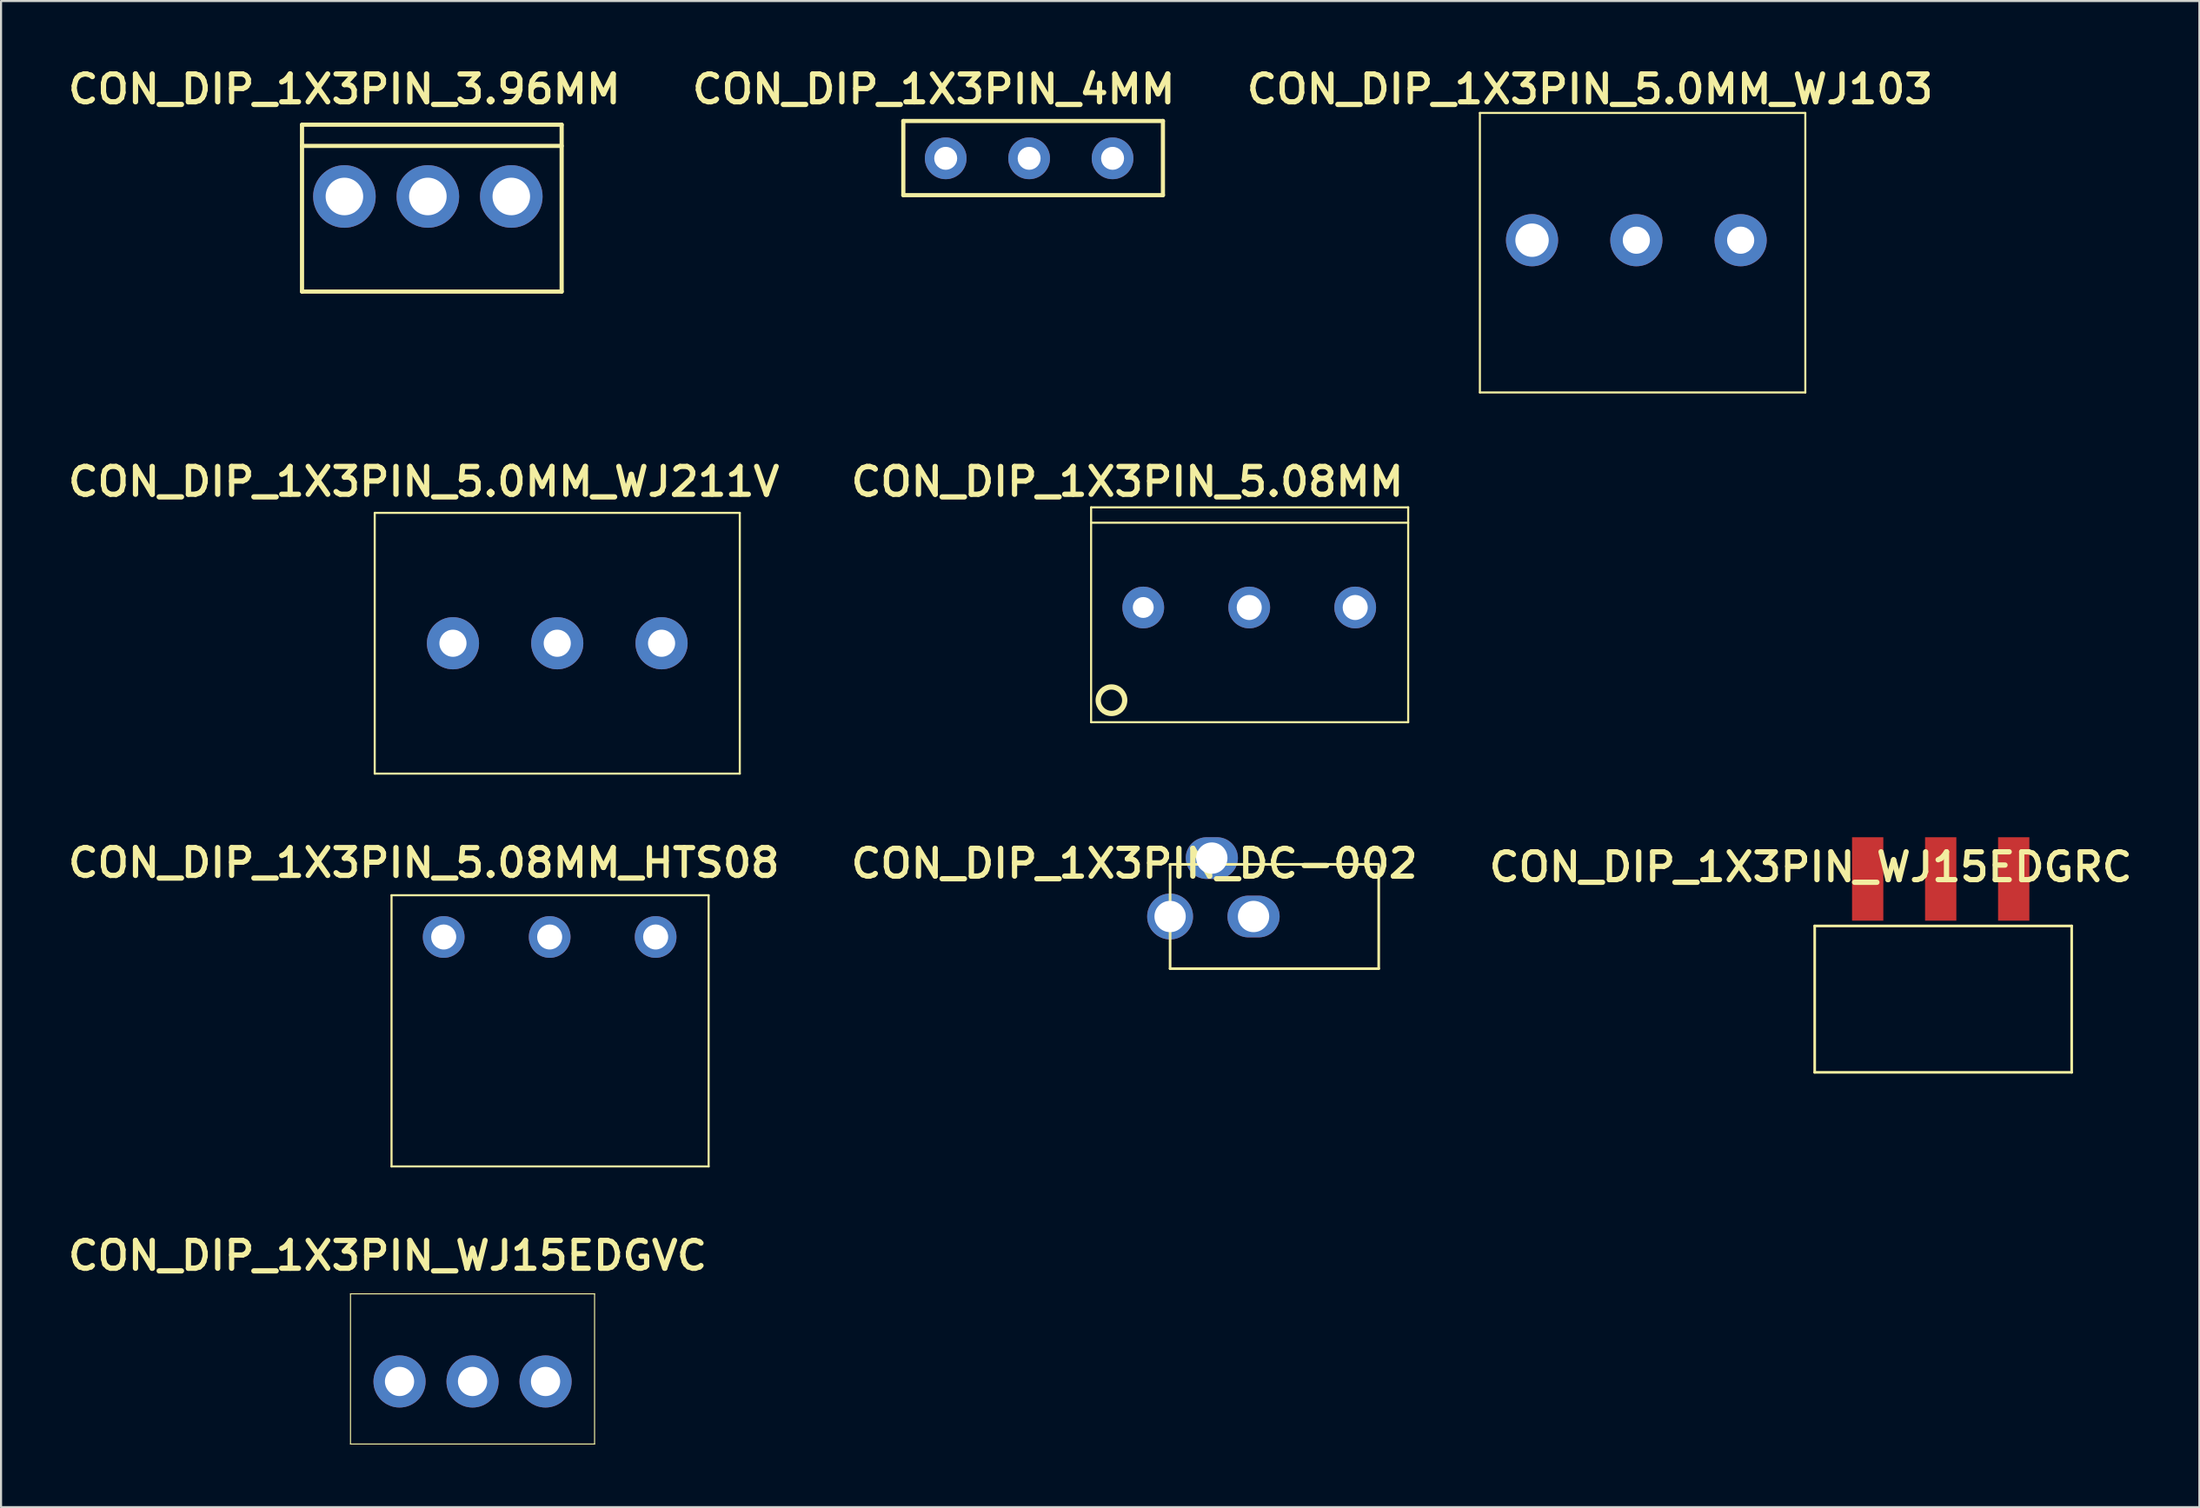
<source format=kicad_pcb>
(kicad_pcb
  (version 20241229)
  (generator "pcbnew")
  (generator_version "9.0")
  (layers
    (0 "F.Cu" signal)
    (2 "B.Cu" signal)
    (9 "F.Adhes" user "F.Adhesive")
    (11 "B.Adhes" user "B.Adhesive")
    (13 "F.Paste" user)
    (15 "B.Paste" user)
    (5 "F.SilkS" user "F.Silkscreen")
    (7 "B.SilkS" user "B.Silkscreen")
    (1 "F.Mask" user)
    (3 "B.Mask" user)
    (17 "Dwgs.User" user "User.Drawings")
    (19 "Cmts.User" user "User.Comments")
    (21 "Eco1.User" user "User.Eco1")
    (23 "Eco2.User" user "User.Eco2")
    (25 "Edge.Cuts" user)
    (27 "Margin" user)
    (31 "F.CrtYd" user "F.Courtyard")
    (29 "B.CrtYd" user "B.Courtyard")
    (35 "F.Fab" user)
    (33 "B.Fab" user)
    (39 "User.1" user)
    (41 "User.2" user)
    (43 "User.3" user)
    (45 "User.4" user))
  (footprint "CON_DIP_1X3PIN_5.0MM_WJ103"
    (layer "F.Cu")
    (at 75.391 8.465)
    (property "Reference" "CON_DIP_1X3PIN_5.0MM_WJ103" (at -2.223 -7.239 0) (unlocked yes) (layer "F.SilkS") (effects (font (size 1.333 1.402) (thickness 0.254))))
    (attr smd)
    (fp_line (start -7.5 -6.1) (end 8.1 -6.1) (stroke (width 0.1) (type solid)) (layer "F.SilkS"))
    (fp_line (start -7.5 7.3) (end -7.5 -6.1) (stroke (width 0.1) (type solid)) (layer "F.SilkS"))
    (fp_line (start -7.5 7.3) (end 8.1 7.3) (stroke (width 0.1) (type solid)) (layer "F.SilkS"))
    (fp_line (start 8.1 7.3) (end 8.1 -6.1) (stroke (width 0.1) (type solid)) (layer "F.SilkS"))
    (pad "1" thru_hole circle (at -5 0) (size 2.5 2.5) (drill 1.6) (layers "*.Cu" "*.Mask"))
    (pad "2" thru_hole circle (at 0 0) (size 2.5 2.5) (drill 1.3) (layers "*.Cu" "*.Mask"))
    (pad "3" thru_hole circle (at 5 0) (size 2.5 2.5) (drill 1.3) (layers "*.Cu" "*.Mask")))
  (footprint "CON_DIP_1X3PIN_DC-002"
    (layer "F.Cu")
    (at 57.041 40.887)
    (property "Reference" "CON_DIP_1X3PIN_DC-002" (at -5.715 -2.54 0) (unlocked yes) (layer "F.SilkS") (effects (font (size 1.333 1.402) (thickness 0.254))))
    (attr smd)
    (fp_line (start -4 -2.5) (end 5.96 -2.5) (stroke (width 0.127) (type solid)) (layer "F.SilkS"))
    (fp_line (start -4 0) (end -4 -2.5) (stroke (width 0.127) (type solid)) (layer "F.SilkS"))
    (fp_line (start -4 2.5) (end -4 0) (stroke (width 0.127) (type solid)) (layer "F.SilkS"))
    (fp_line (start -4 2.5) (end 6 2.5) (stroke (width 0.127) (type solid)) (layer "F.SilkS"))
    (fp_line (start 6 2.5) (end 6 -2.5) (stroke (width 0.127) (type solid)) (layer "F.SilkS"))
    (pad "1" thru_hole oval (at 0 0 90) (size 2 2.5) (drill 1.5) (layers "*.Cu" "*.Mask"))
    (pad "2" thru_hole circle (at -4 0) (size 2.2 2.2) (drill 1.5) (layers "*.Cu" "*.Mask"))
    (pad "3" thru_hole oval (at -2 -2.8 90) (size 2 2.5) (drill 1.5) (layers "*.Cu" "*.Mask")))
  (footprint "CON_DIP_1X3PIN_5.0MM_WJ211V"
    (layer "F.Cu")
    (at 18.663 27.787)
    (property "Reference" "CON_DIP_1X3PIN_5.0MM_WJ211V" (at -1.397 -7.747 0) (unlocked yes) (layer "F.SilkS") (effects (font (size 1.333 1.402) (thickness 0.254))))
    (attr smd)
    (fp_line (start -3.75 -6.25) (end 13.75 -6.25) (stroke (width 0.1) (type solid)) (layer "F.SilkS"))
    (fp_line (start -3.75 6.25) (end -3.75 -6.25) (stroke (width 0.1) (type solid)) (layer "F.SilkS"))
    (fp_line (start -3.75 6.25) (end 13.75 6.25) (stroke (width 0.1) (type solid)) (layer "F.SilkS"))
    (fp_line (start 13.75 6.25) (end 13.75 -6.25) (stroke (width 0.1) (type solid)) (layer "F.SilkS"))
    (pad "1" thru_hole circle (at 0 0) (size 2.5 2.5) (drill 1.3) (layers "*.Cu" "*.Mask"))
    (pad "2" thru_hole circle (at 5 0) (size 2.5 2.5) (drill 1.3) (layers "*.Cu" "*.Mask"))
    (pad "3" thru_hole circle (at 10 0) (size 2.5 2.5) (drill 1.3) (layers "*.Cu" "*.Mask")))
  (footprint "CON_DIP_1X3PIN_5.08MM_HTS08"
    (layer "F.Cu")
    (at 18.219 41.869)
    (property "Reference" "CON_DIP_1X3PIN_5.08MM_HTS08" (at -0.953 -3.556 0) (unlocked yes) (layer "F.SilkS") (effects (font (size 1.333 1.402) (thickness 0.254))))
    (attr smd)
    (fp_line (start -2.5 -2) (end 12.7 -2) (stroke (width 0.1) (type solid)) (layer "F.SilkS"))
    (fp_line (start -2.5 11) (end -2.5 -2) (stroke (width 0.1) (type solid)) (layer "F.SilkS"))
    (fp_line (start -2.5 11) (end 12.7 11) (stroke (width 0.1) (type solid)) (layer "F.SilkS"))
    (fp_line (start 12.7 11) (end 12.7 -2) (stroke (width 0.1) (type solid)) (layer "F.SilkS"))
    (pad "1" thru_hole circle (at 0 0) (size 2 2) (drill 1.2) (layers "*.Cu" "*.Mask"))
    (pad "2" thru_hole circle (at 5.08 0) (size 2 2) (drill 1.2) (layers "*.Cu" "*.Mask"))
    (pad "3" thru_hole circle (at 10.16 0) (size 2 2) (drill 1.2) (layers "*.Cu" "*.Mask")))
  (footprint "CON_DIP_1X3PIN_5.08MM"
    (layer "F.Cu")
    (at 51.754 26.073)
    (property "Reference" "CON_DIP_1X3PIN_5.08MM" (at -0.762 -6.032 0) (unlocked yes) (layer "F.SilkS") (effects (font (size 1.333 1.402) (thickness 0.254))))
    (attr smd)
    (fp_line (start -2.5 -4.8) (end 12.7 -4.8) (stroke (width 0.1) (type solid)) (layer "F.SilkS"))
    (fp_line (start -2.5 -4.064) (end 12.7 -4.064) (stroke (width 0.1) (type solid)) (layer "F.SilkS"))
    (fp_line (start -2.5 5.5) (end -2.5 -4.8) (stroke (width 0.1) (type solid)) (layer "F.SilkS"))
    (fp_line (start -2.5 5.5) (end 12.7 5.5) (stroke (width 0.1) (type solid)) (layer "F.SilkS"))
    (fp_line (start 12.7 5.5) (end 12.7 -4.8) (stroke (width 0.1) (type solid)) (layer "F.SilkS"))
    (fp_circle (center -1.524 4.445) (end -0.889 4.445) (stroke (width 0.254) (type solid)) (fill no) (layer "F.SilkS"))
    (pad "1" thru_hole circle (at 0 0) (size 2 2) (drill 1) (layers "*.Cu" "*.Mask"))
    (pad "2" thru_hole circle (at 5.08 0) (size 2 2) (drill 1.2) (layers "*.Cu" "*.Mask"))
    (pad "3" thru_hole circle (at 10.16 0) (size 2 2) (drill 1.2) (layers "*.Cu" "*.Mask")))
  (footprint "CON_DIP_1X3PIN_WJ15EDGRC"
    (layer "F.Cu")
    (at 86.481 39.087)
    (property "Reference" "CON_DIP_1X3PIN_WJ15EDGRC" (at -2.731 -0.572 0) (unlocked yes) (layer "F.SilkS") (effects (font (size 1.333 1.402) (thickness 0.254))))
    (attr smd)
    (fp_line (start -2.54 2.252) (end 9.779 2.252) (stroke (width 0.127) (type solid)) (layer "F.SilkS"))
    (fp_line (start -2.54 9.271) (end -2.54 2.252) (stroke (width 0.127) (type solid)) (layer "F.SilkS"))
    (fp_line (start -2.54 9.271) (end 9.779 9.271) (stroke (width 0.127) (type solid)) (layer "F.SilkS"))
    (fp_line (start 9.779 9.271) (end 9.779 2.252) (stroke (width 0.127) (type solid)) (layer "F.SilkS"))
    (pad "1" smd rect (at 0 0) (size 1.5 4) (layers "F.Cu" "F.Mask" "F.Paste"))
    (pad "2" smd rect (at 3.5 0) (size 1.5 4) (layers "F.Cu" "F.Mask" "F.Paste"))
    (pad "3" smd rect (at 7 0) (size 1.5 4) (layers "F.Cu" "F.Mask" "F.Paste")))
  (footprint "CON_DIP_1X3PIN_WJ15EDGVC"
    (layer "F.Cu")
    (at 16.102 63.177)
    (property "Reference" "CON_DIP_1X3PIN_WJ15EDGVC" (at -0.572 -6.032 0) (unlocked yes) (layer "F.SilkS") (effects (font (size 1.333 1.402) (thickness 0.254))))
    (attr smd)
    (fp_line (start -2.35 -4.2) (end 9.35 -4.2) (stroke (width 0.05) (type solid)) (layer "F.SilkS"))
    (fp_line (start -2.35 3) (end -2.35 -4.2) (stroke (width 0.05) (type solid)) (layer "F.SilkS"))
    (fp_line (start -2.35 3) (end 9.35 3) (stroke (width 0.05) (type solid)) (layer "F.SilkS"))
    (fp_line (start 9.35 3) (end 9.35 -4.2) (stroke (width 0.05) (type solid)) (layer "F.SilkS"))
    (pad "1" thru_hole circle (at 0 0 90) (size 2.5 2.5) (drill 1.4) (layers "*.Cu" "*.Mask"))
    (pad "2" thru_hole circle (at 3.5 0 90) (size 2.5 2.5) (drill 1.4) (layers "*.Cu" "*.Mask"))
    (pad "3" thru_hole circle (at 7 0 90) (size 2.5 2.5) (drill 1.4) (layers "*.Cu" "*.Mask")))
  (footprint "CON_DIP_1X3PIN_3.96MM"
    (layer "F.Cu")
    (at 13.46 6.369)
    (property "Reference" "CON_DIP_1X3PIN_3.96MM" (at 0 -5.144 0) (unlocked yes) (layer "F.SilkS") (effects (font (size 1.333 1.402) (thickness 0.254))))
    (attr smd)
    (fp_line (start -2.032 -3.44) (end 10.414 -3.44) (stroke (width 0.2) (type solid)) (layer "F.SilkS"))
    (fp_line (start -2.032 -2.424) (end 10.414 -2.424) (stroke (width 0.2) (type solid)) (layer "F.SilkS"))
    (fp_line (start -2.032 4.56) (end -2.032 -3.44) (stroke (width 0.2) (type solid)) (layer "F.SilkS"))
    (fp_line (start -2.032 4.56) (end 10.414 4.56) (stroke (width 0.2) (type solid)) (layer "F.SilkS"))
    (fp_line (start 10.414 4.56) (end 10.414 -3.44) (stroke (width 0.2) (type solid)) (layer "F.SilkS"))
    (pad "1" thru_hole circle (at 0 0 90) (size 3 3) (drill 1.8) (layers "*.Cu" "*.Mask"))
    (pad "2" thru_hole circle (at 4 0 90) (size 3 3) (drill 1.8) (layers "*.Cu" "*.Mask"))
    (pad "3" thru_hole circle (at 8 0 90) (size 3 3) (drill 1.8) (layers "*.Cu" "*.Mask")))
  (footprint "CON_DIP_1X3PIN_4MM"
    (layer "F.Cu")
    (at 46.284 4.655)
    (property "Reference" "CON_DIP_1X3PIN_4MM" (at -4.572 -3.429 0) (unlocked yes) (layer "F.SilkS") (effects (font (size 1.333 1.402) (thickness 0.254))))
    (attr smd)
    (fp_line (start -6.032 -1.905) (end 6.413 -1.905) (stroke (width 0.2) (type solid)) (layer "F.SilkS"))
    (fp_line (start -6.032 1.651) (end -6.032 -1.905) (stroke (width 0.2) (type solid)) (layer "F.SilkS"))
    (fp_line (start -6.032 1.651) (end 6.413 1.651) (stroke (width 0.2) (type solid)) (layer "F.SilkS"))
    (fp_line (start 6.413 1.651) (end 6.413 -1.905) (stroke (width 0.2) (type solid)) (layer "F.SilkS"))
    (pad "1" thru_hole circle (at -4 -0.115 90) (size 2 2) (drill 1.1) (layers "*.Cu" "*.Mask"))
    (pad "2" thru_hole circle (at -0.001 -0.115 90) (size 2 2) (drill 1.1) (layers "*.Cu" "*.Mask"))
    (pad "3" thru_hole circle (at 3.999 -0.115 90) (size 2 2) (drill 1.1) (layers "*.Cu" "*.Mask")))
  (gr_rect
    (start -3 -3)
    (end 102.381 69.202)
    (stroke (width 0.1) (type default))
    (fill no)
    (layer "Edge.Cuts")))
</source>
